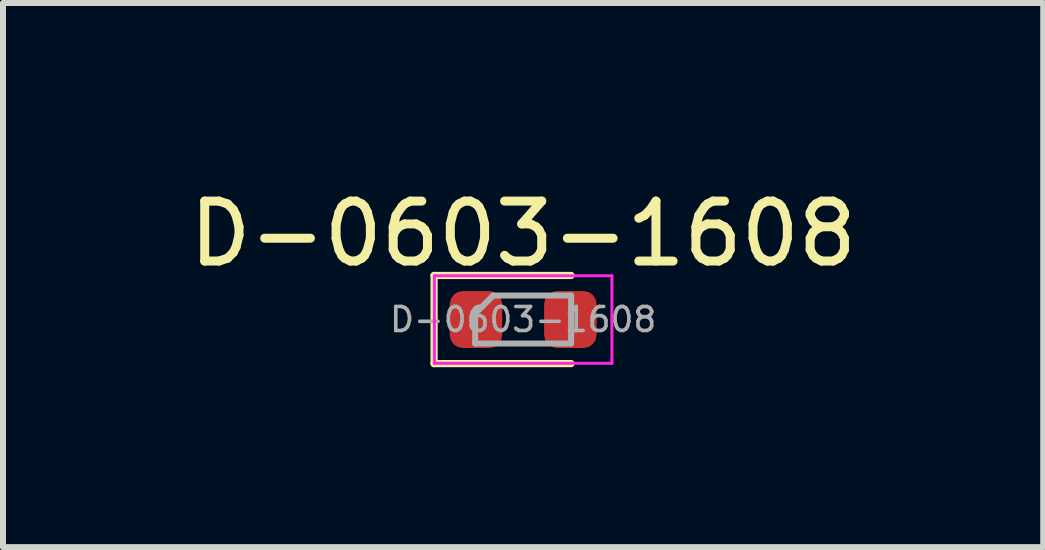
<source format=kicad_pcb>
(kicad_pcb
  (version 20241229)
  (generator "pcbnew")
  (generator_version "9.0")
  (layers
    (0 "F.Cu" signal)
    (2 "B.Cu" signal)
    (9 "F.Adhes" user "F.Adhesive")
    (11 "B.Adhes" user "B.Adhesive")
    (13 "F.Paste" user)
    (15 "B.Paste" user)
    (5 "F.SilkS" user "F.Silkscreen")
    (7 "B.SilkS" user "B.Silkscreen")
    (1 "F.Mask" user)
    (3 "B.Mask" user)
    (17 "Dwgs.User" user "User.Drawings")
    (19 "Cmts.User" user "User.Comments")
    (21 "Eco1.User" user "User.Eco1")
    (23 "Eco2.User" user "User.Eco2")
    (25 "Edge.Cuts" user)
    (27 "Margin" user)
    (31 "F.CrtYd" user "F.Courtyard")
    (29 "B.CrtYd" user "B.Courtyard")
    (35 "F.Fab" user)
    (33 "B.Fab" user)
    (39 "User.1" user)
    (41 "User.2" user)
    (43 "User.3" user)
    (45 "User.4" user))
  (footprint "D-0603-1608"
    (layer "F.Cu")
    (at 5.673 2.278)
    (property "Reference" "D-0603-1608" (at 0 -1.43 0) (layer "F.SilkS") (effects (font (size 1 1) (thickness 0.15))))
    (attr smd)
    (fp_line (start -1.485 -0.735) (end -1.485 0.735) (stroke (width 0.12) (type solid)) (layer "F.SilkS"))
    (fp_line (start -1.485 0.735) (end 0.8 0.735) (stroke (width 0.12) (type solid)) (layer "F.SilkS"))
    (fp_line (start 0.8 -0.735) (end -1.485 -0.735) (stroke (width 0.12) (type solid)) (layer "F.SilkS"))
    (fp_line (start -1.48 -0.73) (end 1.48 -0.73) (stroke (width 0.05) (type solid)) (layer "F.CrtYd"))
    (fp_line (start -1.48 0.73) (end -1.48 -0.73) (stroke (width 0.05) (type solid)) (layer "F.CrtYd"))
    (fp_line (start 1.48 -0.73) (end 1.48 0.73) (stroke (width 0.05) (type solid)) (layer "F.CrtYd"))
    (fp_line (start 1.48 0.73) (end -1.48 0.73) (stroke (width 0.05) (type solid)) (layer "F.CrtYd"))
    (fp_line (start -0.8 -0.1) (end -0.8 0.4) (stroke (width 0.1) (type solid)) (layer "F.Fab"))
    (fp_line (start -0.8 0.4) (end 0.8 0.4) (stroke (width 0.1) (type solid)) (layer "F.Fab"))
    (fp_line (start -0.5 -0.4) (end -0.8 -0.1) (stroke (width 0.1) (type solid)) (layer "F.Fab"))
    (fp_line (start 0.8 -0.4) (end -0.5 -0.4) (stroke (width 0.1) (type solid)) (layer "F.Fab"))
    (fp_line (start 0.8 0.4) (end 0.8 -0.4) (stroke (width 0.1) (type solid)) (layer "F.Fab"))
    (fp_text user "${REFERENCE}" (at 0 0 0) (layer "F.Fab") (effects (font (size 0.4 0.4) (thickness 0.06))))
    (pad "1" smd roundrect (at -0.787 0) (size 0.875 0.95) (layers "F.Cu" "F.Mask" "F.Paste") (roundrect_rratio 0.25))
    (pad "2" smd roundrect (at 0.787 0) (size 0.875 0.95) (layers "F.Cu" "F.Mask" "F.Paste") (roundrect_rratio 0.25)))
  (gr_rect
    (start -3 -3)
    (end 14.345 6.073)
    (stroke (width 0.1) (type default))
    (fill no)
    (layer "Edge.Cuts")))
</source>
